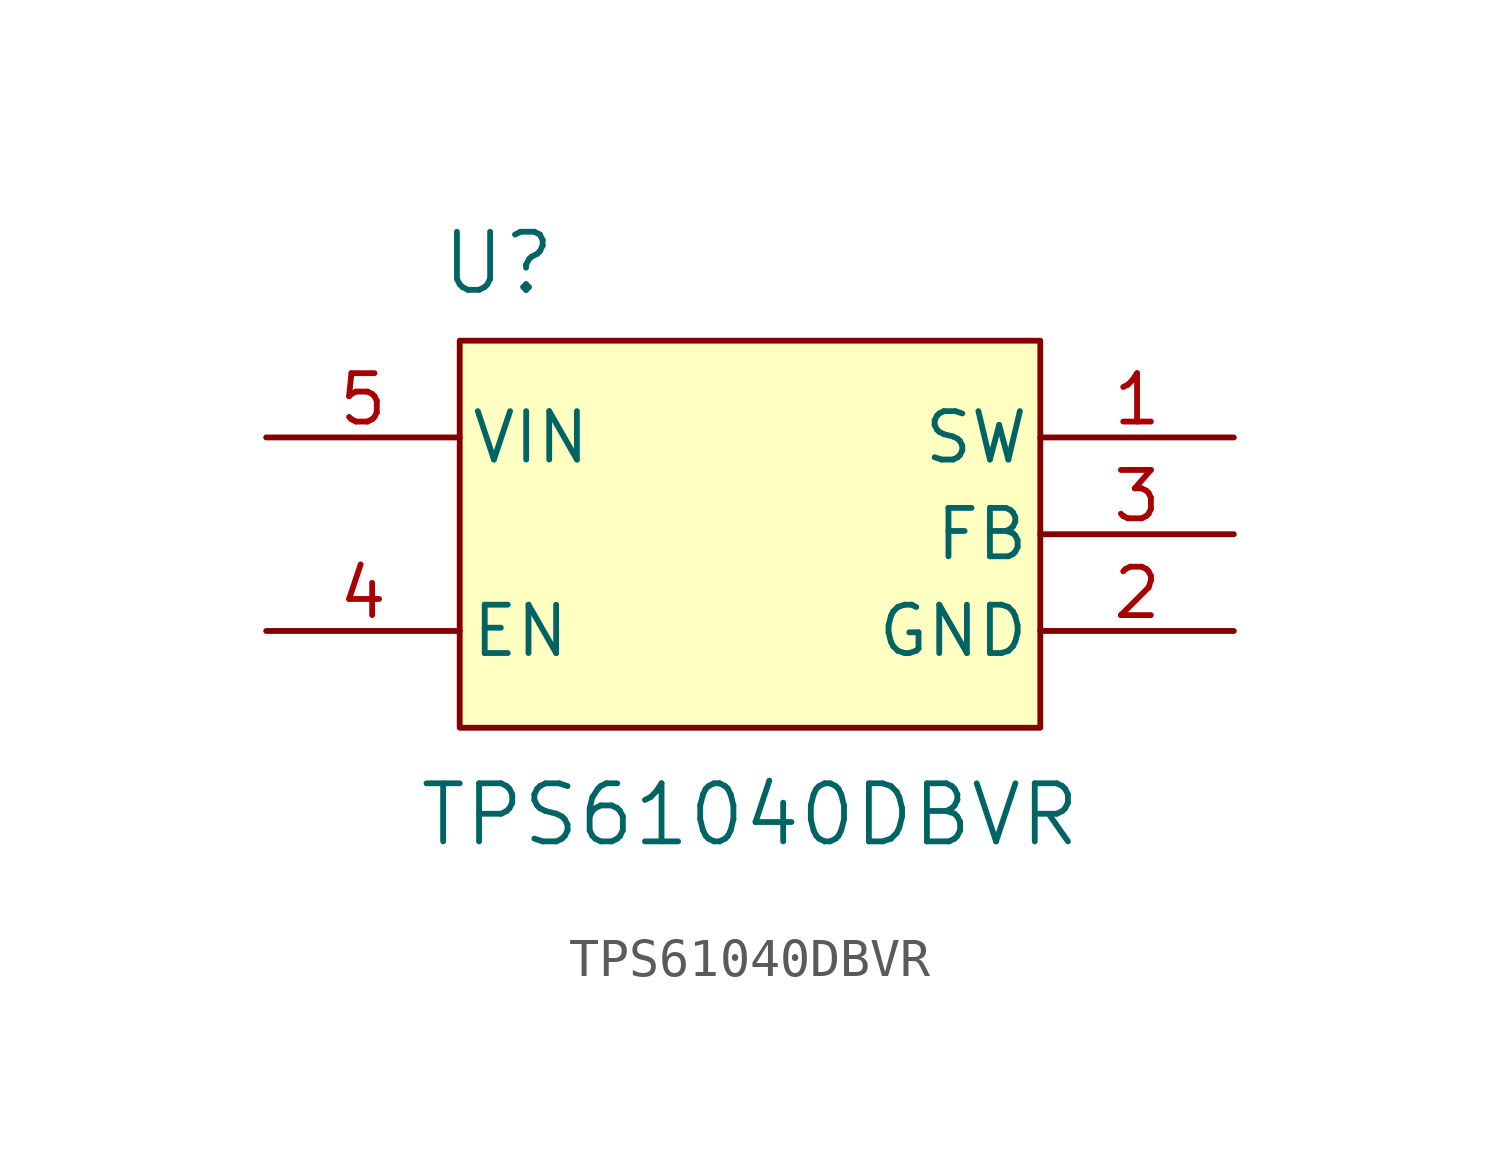
<source format=kicad_sym>
(kicad_symbol_lib
  (version 20241209)
  (generator "kicad_symbol_editor")
  (generator_version "9.0")
  (symbol "TPS61040DBVR"
    (pin_names
      (offset 0.254))
    (property "Reference" "U"
      (at -11.684 16.002 0)
      (effects (font (size 1.524 1.524))))
    (property "Value" "TPS61040DBVR"
      (at -5.08 1.524 0)
      (effects (font (size 1.524 1.524))))
    (symbol "TPS61040DBVR_0_1"
      (pin power_in line (at -17.78 11.43 0) (length 5.08) (name "VIN" (effects (font (size 1.27 1.27)))) (number "5" (effects (font (size 1.27 1.27)))))
      (pin input line (at -17.78 6.35 0) (length 5.08) (name "EN" (effects (font (size 1.27 1.27)))) (number "4" (effects (font (size 1.27 1.27)))))
      (pin power_in line (at 7.62 11.43 180) (length 5.08) (name "SW" (effects (font (size 1.27 1.27)))) (number "1" (effects (font (size 1.27 1.27)))))
      (pin input line (at 7.62 8.89 180) (length 5.08) (name "FB" (effects (font (size 1.27 1.27)))) (number "3" (effects (font (size 1.27 1.27)))))
      (pin power_in line (at 7.62 6.35 180) (length 5.08) (name "GND" (effects (font (size 1.27 1.27)))) (number "2" (effects (font (size 1.27 1.27))))))
    (symbol "TPS61040DBVR_1_1"
      (rectangle (start -12.7 13.97) (end 2.54 3.81) (stroke (width 0) (type solid)) (fill (type background))))))
</source>
